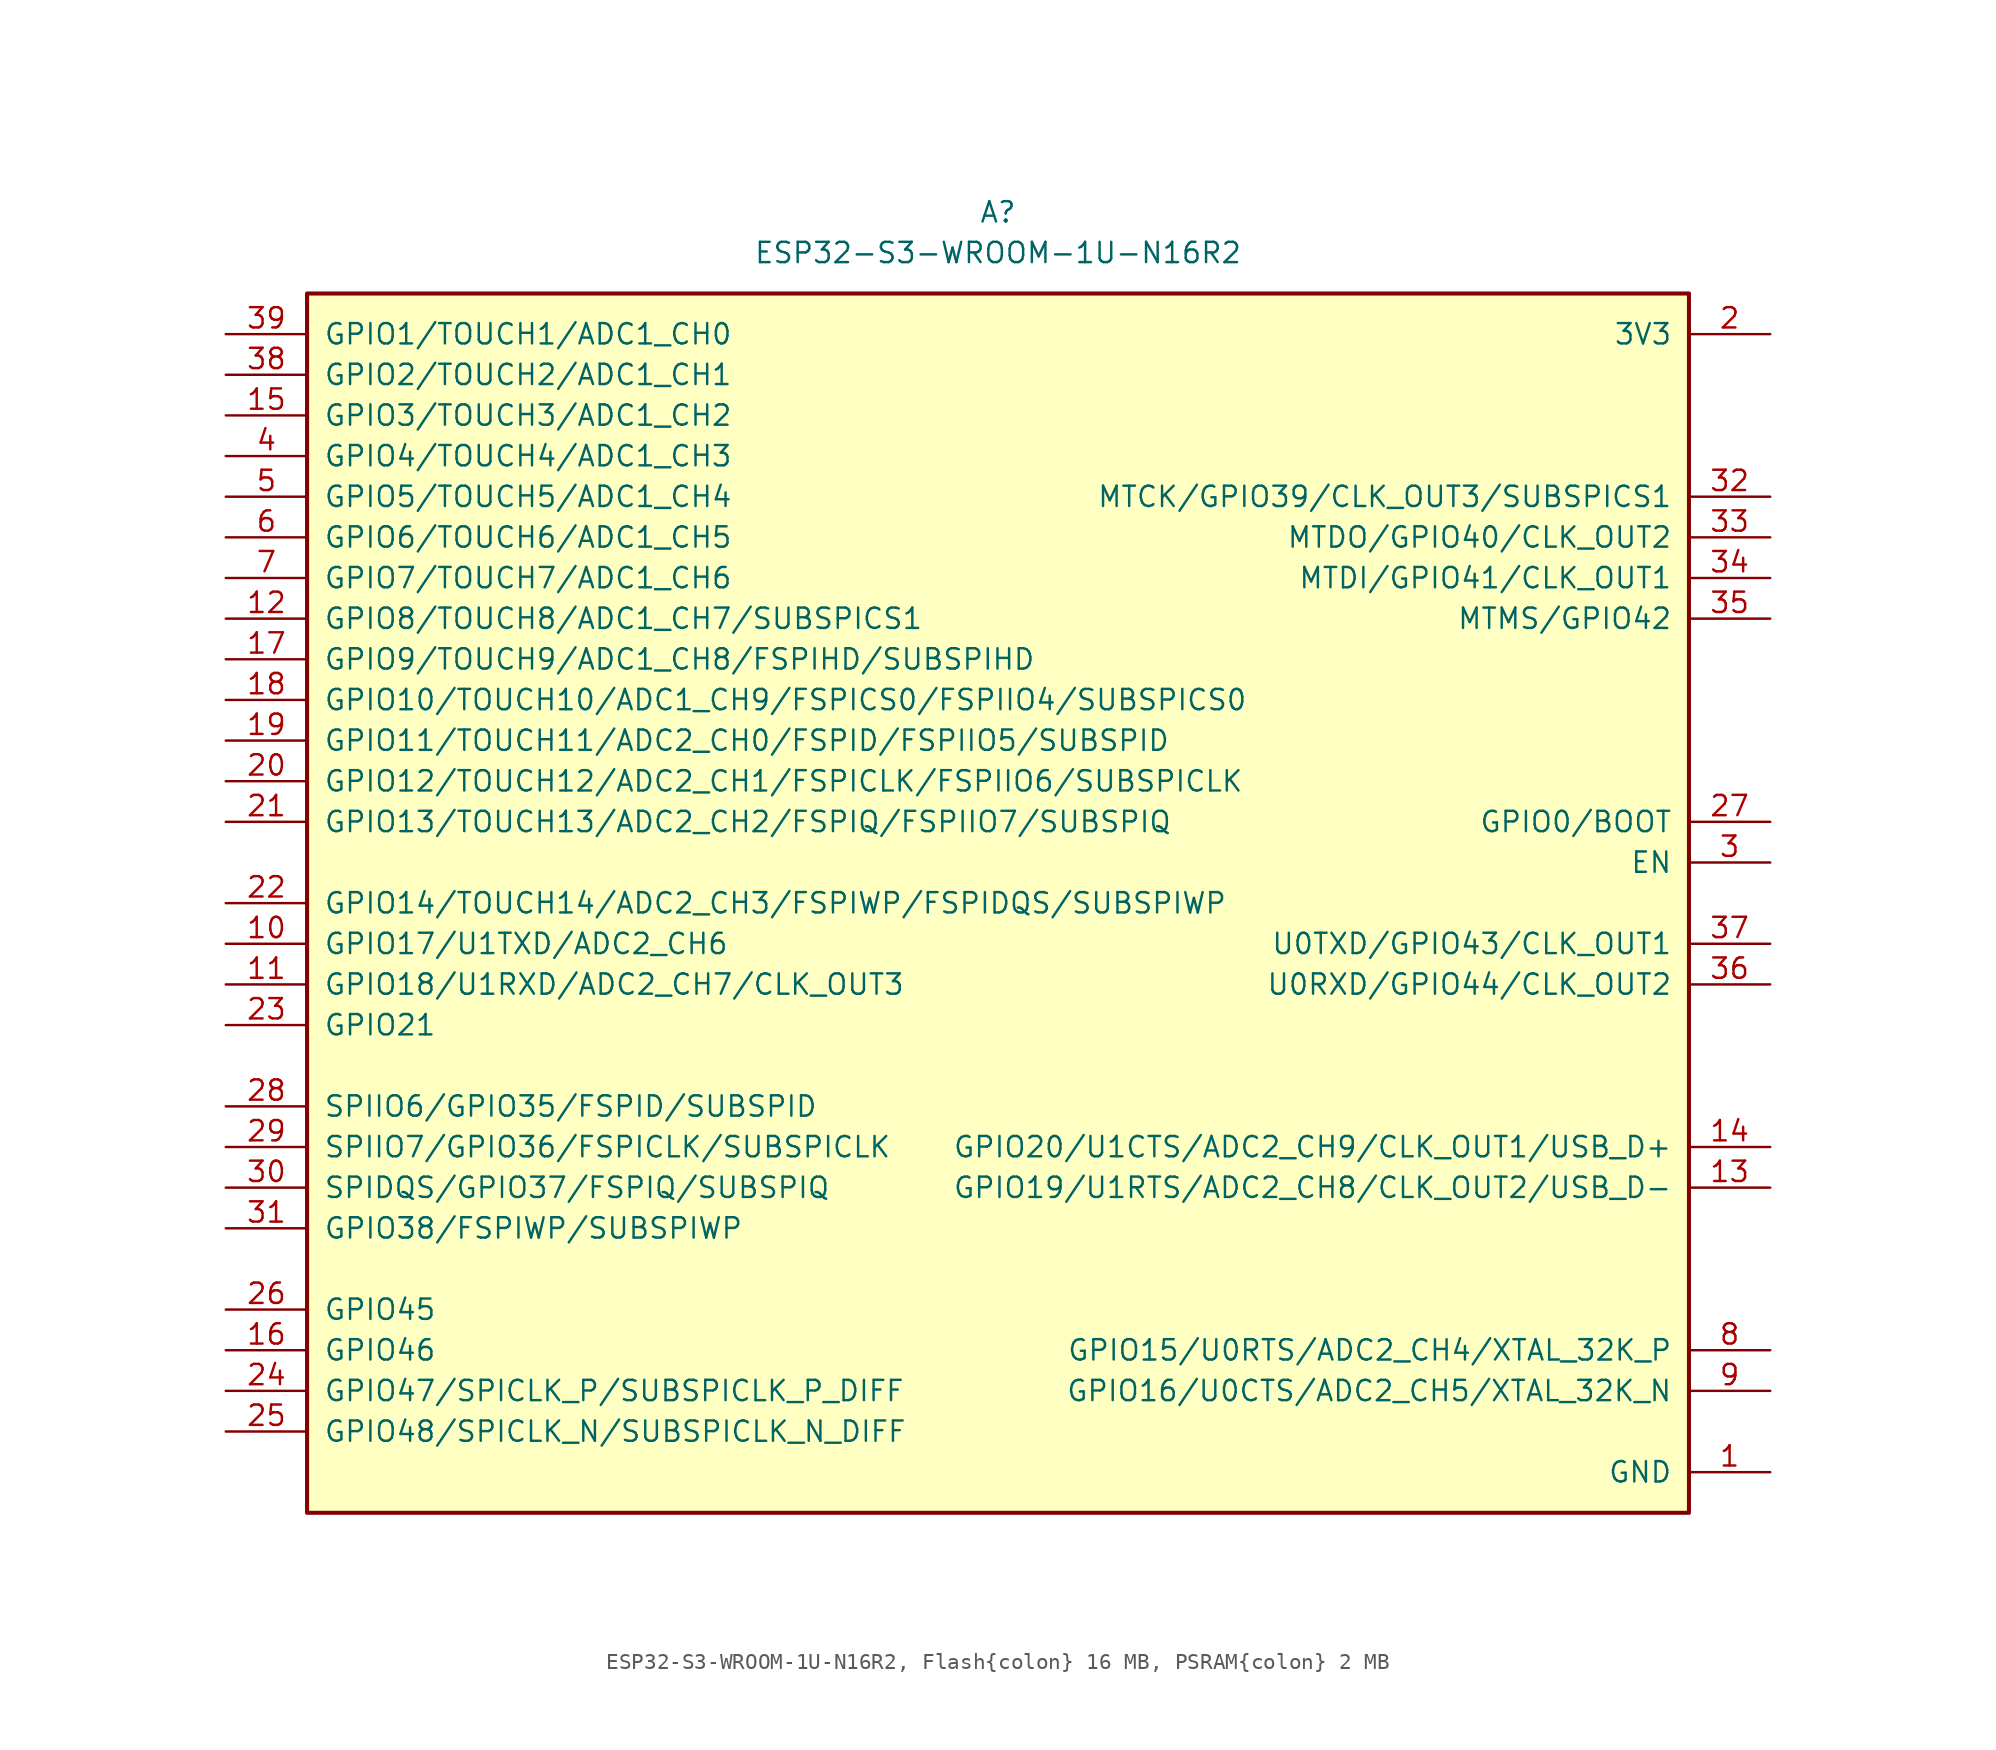
<source format=kicad_sym>
(kicad_symbol_lib
  (version 20241209)
  (generator "kicad_symbol_editor")
  (generator_version "9.0")
  (symbol "ESP32-S3-WROOM-1U-N16R2, Flash{colon} 16 MB, PSRAM{colon} 2 MB"
    (pin_names
      (offset 1.016))
    (property "Reference" "A"
      (at 0 43.18 0)
      (effects (font (size 1.27 1.27))))
    (property "Value" "ESP32-S3-WROOM-1U-N16R2"
      (at 0 40.64 0)
      (effects (font (size 1.27 1.27))))
    (symbol "ESP32-S3-WROOM-1U-N16R2, Flash{colon} 16 MB, PSRAM{colon} 2 MB_0_0"
      (pin bidirectional line (at -48.26 35.56 0) (length 5.08) (name "GPIO1/TOUCH1/ADC1_CH0" (effects (font (size 1.27 1.27)))) (number "39" (effects (font (size 1.27 1.27)))))
      (pin bidirectional line (at -48.26 33.02 0) (length 5.08) (name "GPIO2/TOUCH2/ADC1_CH1" (effects (font (size 1.27 1.27)))) (number "38" (effects (font (size 1.27 1.27)))))
      (pin bidirectional line (at -48.26 30.48 0) (length 5.08) (name "GPIO3/TOUCH3/ADC1_CH2" (effects (font (size 1.27 1.27)))) (number "15" (effects (font (size 1.27 1.27)))))
      (pin bidirectional line (at -48.26 27.94 0) (length 5.08) (name "GPIO4/TOUCH4/ADC1_CH3" (effects (font (size 1.27 1.27)))) (number "4" (effects (font (size 1.27 1.27)))))
      (pin bidirectional line (at -48.26 25.4 0) (length 5.08) (name "GPIO5/TOUCH5/ADC1_CH4" (effects (font (size 1.27 1.27)))) (number "5" (effects (font (size 1.27 1.27)))))
      (pin bidirectional line (at -48.26 22.86 0) (length 5.08) (name "GPIO6/TOUCH6/ADC1_CH5" (effects (font (size 1.27 1.27)))) (number "6" (effects (font (size 1.27 1.27)))))
      (pin bidirectional line (at -48.26 20.32 0) (length 5.08) (name "GPIO7/TOUCH7/ADC1_CH6" (effects (font (size 1.27 1.27)))) (number "7" (effects (font (size 1.27 1.27)))))
      (pin bidirectional line (at -48.26 17.78 0) (length 5.08) (name "GPIO8/TOUCH8/ADC1_CH7/SUBSPICS1" (effects (font (size 1.27 1.27)))) (number "12" (effects (font (size 1.27 1.27)))))
      (pin bidirectional line (at -48.26 15.24 0) (length 5.08) (name "GPIO9/TOUCH9/ADC1_CH8/FSPIHD/SUBSPIHD" (effects (font (size 1.27 1.27)))) (number "17" (effects (font (size 1.27 1.27)))))
      (pin bidirectional line (at -48.26 12.7 0) (length 5.08) (name "GPIO10/TOUCH10/ADC1_CH9/FSPICS0/FSPIIO4/SUBSPICS0" (effects (font (size 1.27 1.27)))) (number "18" (effects (font (size 1.27 1.27)))))
      (pin bidirectional line (at -48.26 10.16 0) (length 5.08) (name "GPIO11/TOUCH11/ADC2_CH0/FSPID/FSPIIO5/SUBSPID" (effects (font (size 1.27 1.27)))) (number "19" (effects (font (size 1.27 1.27)))))
      (pin bidirectional line (at -48.26 7.62 0) (length 5.08) (name "GPIO12/TOUCH12/ADC2_CH1/FSPICLK/FSPIIO6/SUBSPICLK" (effects (font (size 1.27 1.27)))) (number "20" (effects (font (size 1.27 1.27)))))
      (pin bidirectional line (at -48.26 5.08 0) (length 5.08) (name "GPIO13/TOUCH13/ADC2_CH2/FSPIQ/FSPIIO7/SUBSPIQ" (effects (font (size 1.27 1.27)))) (number "21" (effects (font (size 1.27 1.27)))))
      (pin bidirectional line (at -48.26 0 0) (length 5.08) (name "GPIO14/TOUCH14/ADC2_CH3/FSPIWP/FSPIDQS/SUBSPIWP" (effects (font (size 1.27 1.27)))) (number "22" (effects (font (size 1.27 1.27)))))
      (pin bidirectional line (at -48.26 -2.54 0) (length 5.08) (name "GPIO17/U1TXD/ADC2_CH6" (effects (font (size 1.27 1.27)))) (number "10" (effects (font (size 1.27 1.27)))))
      (pin bidirectional line (at -48.26 -5.08 0) (length 5.08) (name "GPIO18/U1RXD/ADC2_CH7/CLK_OUT3" (effects (font (size 1.27 1.27)))) (number "11" (effects (font (size 1.27 1.27)))))
      (pin bidirectional line (at -48.26 -7.62 0) (length 5.08) (name "GPIO21" (effects (font (size 1.27 1.27)))) (number "23" (effects (font (size 1.27 1.27)))))
      (pin bidirectional line (at -48.26 -12.7 0) (length 5.08) (name "SPIIO6/GPIO35/FSPID/SUBSPID" (effects (font (size 1.27 1.27)))) (number "28" (effects (font (size 1.27 1.27)))))
      (pin bidirectional line (at -48.26 -15.24 0) (length 5.08) (name "SPIIO7/GPIO36/FSPICLK/SUBSPICLK" (effects (font (size 1.27 1.27)))) (number "29" (effects (font (size 1.27 1.27)))))
      (pin bidirectional line (at -48.26 -17.78 0) (length 5.08) (name "SPIDQS/GPIO37/FSPIQ/SUBSPIQ" (effects (font (size 1.27 1.27)))) (number "30" (effects (font (size 1.27 1.27)))))
      (pin bidirectional line (at -48.26 -20.32 0) (length 5.08) (name "GPIO38/FSPIWP/SUBSPIWP" (effects (font (size 1.27 1.27)))) (number "31" (effects (font (size 1.27 1.27)))))
      (pin bidirectional line (at -48.26 -25.4 0) (length 5.08) (name "GPIO45" (effects (font (size 1.27 1.27)))) (number "26" (effects (font (size 1.27 1.27)))))
      (pin bidirectional line (at -48.26 -27.94 0) (length 5.08) (name "GPIO46" (effects (font (size 1.27 1.27)))) (number "16" (effects (font (size 1.27 1.27)))))
      (pin bidirectional line (at -48.26 -30.48 0) (length 5.08) (name "GPIO47/SPICLK_P/SUBSPICLK_P_DIFF" (effects (font (size 1.27 1.27)))) (number "24" (effects (font (size 1.27 1.27)))))
      (pin bidirectional line (at -48.26 -33.02 0) (length 5.08) (name "GPIO48/SPICLK_N/SUBSPICLK_N_DIFF" (effects (font (size 1.27 1.27)))) (number "25" (effects (font (size 1.27 1.27)))))
      (pin power_in line (at 48.26 35.56 180) (length 5.08) (name "3V3" (effects (font (size 1.27 1.27)))) (number "2" (effects (font (size 1.27 1.27)))))
      (pin bidirectional line (at 48.26 25.4 180) (length 5.08) (name "MTCK/GPIO39/CLK_OUT3/SUBSPICS1" (effects (font (size 1.27 1.27)))) (number "32" (effects (font (size 1.27 1.27)))))
      (pin bidirectional line (at 48.26 22.86 180) (length 5.08) (name "MTDO/GPIO40/CLK_OUT2" (effects (font (size 1.27 1.27)))) (number "33" (effects (font (size 1.27 1.27)))))
      (pin bidirectional line (at 48.26 20.32 180) (length 5.08) (name "MTDI/GPIO41/CLK_OUT1" (effects (font (size 1.27 1.27)))) (number "34" (effects (font (size 1.27 1.27)))))
      (pin bidirectional line (at 48.26 17.78 180) (length 5.08) (name "MTMS/GPIO42" (effects (font (size 1.27 1.27)))) (number "35" (effects (font (size 1.27 1.27)))))
      (pin bidirectional line (at 48.26 5.08 180) (length 5.08) (name "GPIO0/BOOT" (effects (font (size 1.27 1.27)))) (number "27" (effects (font (size 1.27 1.27)))))
      (pin input line (at 48.26 2.54 180) (length 5.08) (name "EN" (effects (font (size 1.27 1.27)))) (number "3" (effects (font (size 1.27 1.27)))))
      (pin bidirectional line (at 48.26 -2.54 180) (length 5.08) (name "U0TXD/GPIO43/CLK_OUT1" (effects (font (size 1.27 1.27)))) (number "37" (effects (font (size 1.27 1.27)))))
      (pin bidirectional line (at 48.26 -5.08 180) (length 5.08) (name "U0RXD/GPIO44/CLK_OUT2" (effects (font (size 1.27 1.27)))) (number "36" (effects (font (size 1.27 1.27)))))
      (pin bidirectional line (at 48.26 -15.24 180) (length 5.08) (name "GPIO20/U1CTS/ADC2_CH9/CLK_OUT1/USB_D+" (effects (font (size 1.27 1.27)))) (number "14" (effects (font (size 1.27 1.27)))))
      (pin bidirectional line (at 48.26 -17.78 180) (length 5.08) (name "GPIO19/U1RTS/ADC2_CH8/CLK_OUT2/USB_D-" (effects (font (size 1.27 1.27)))) (number "13" (effects (font (size 1.27 1.27)))))
      (pin bidirectional line (at 48.26 -27.94 180) (length 5.08) (name "GPIO15/U0RTS/ADC2_CH4/XTAL_32K_P" (effects (font (size 1.27 1.27)))) (number "8" (effects (font (size 1.27 1.27)))))
      (pin bidirectional line (at 48.26 -30.48 180) (length 5.08) (name "GPIO16/U0CTS/ADC2_CH5/XTAL_32K_N" (effects (font (size 1.27 1.27)))) (number "9" (effects (font (size 1.27 1.27)))))
      (pin passive line (at 48.26 -35.56 180) (length 5.08) (name "GND" (effects (font (size 1.27 1.27)))) (number "1" (effects (font (size 1.27 1.27)))))
      (pin passive line (at 48.26 -35.56 180) (length 5.08) (hide yes) (name "GND" (effects (font (size 1.27 1.27)))) (number "40" (effects (font (size 1.27 1.27)))))
      (pin passive line (at 48.26 -35.56 180) (length 5.08) (hide yes) (name "GND" (effects (font (size 1.27 1.27)))) (number "41" (effects (font (size 1.27 1.27))))))
    (symbol "ESP32-S3-WROOM-1U-N16R2, Flash{colon} 16 MB, PSRAM{colon} 2 MB_0_1"
      (rectangle (start -43.18 38.1) (end 43.18 -38.1) (stroke (width 0.254) (type default)) (fill (type background))))))
</source>
